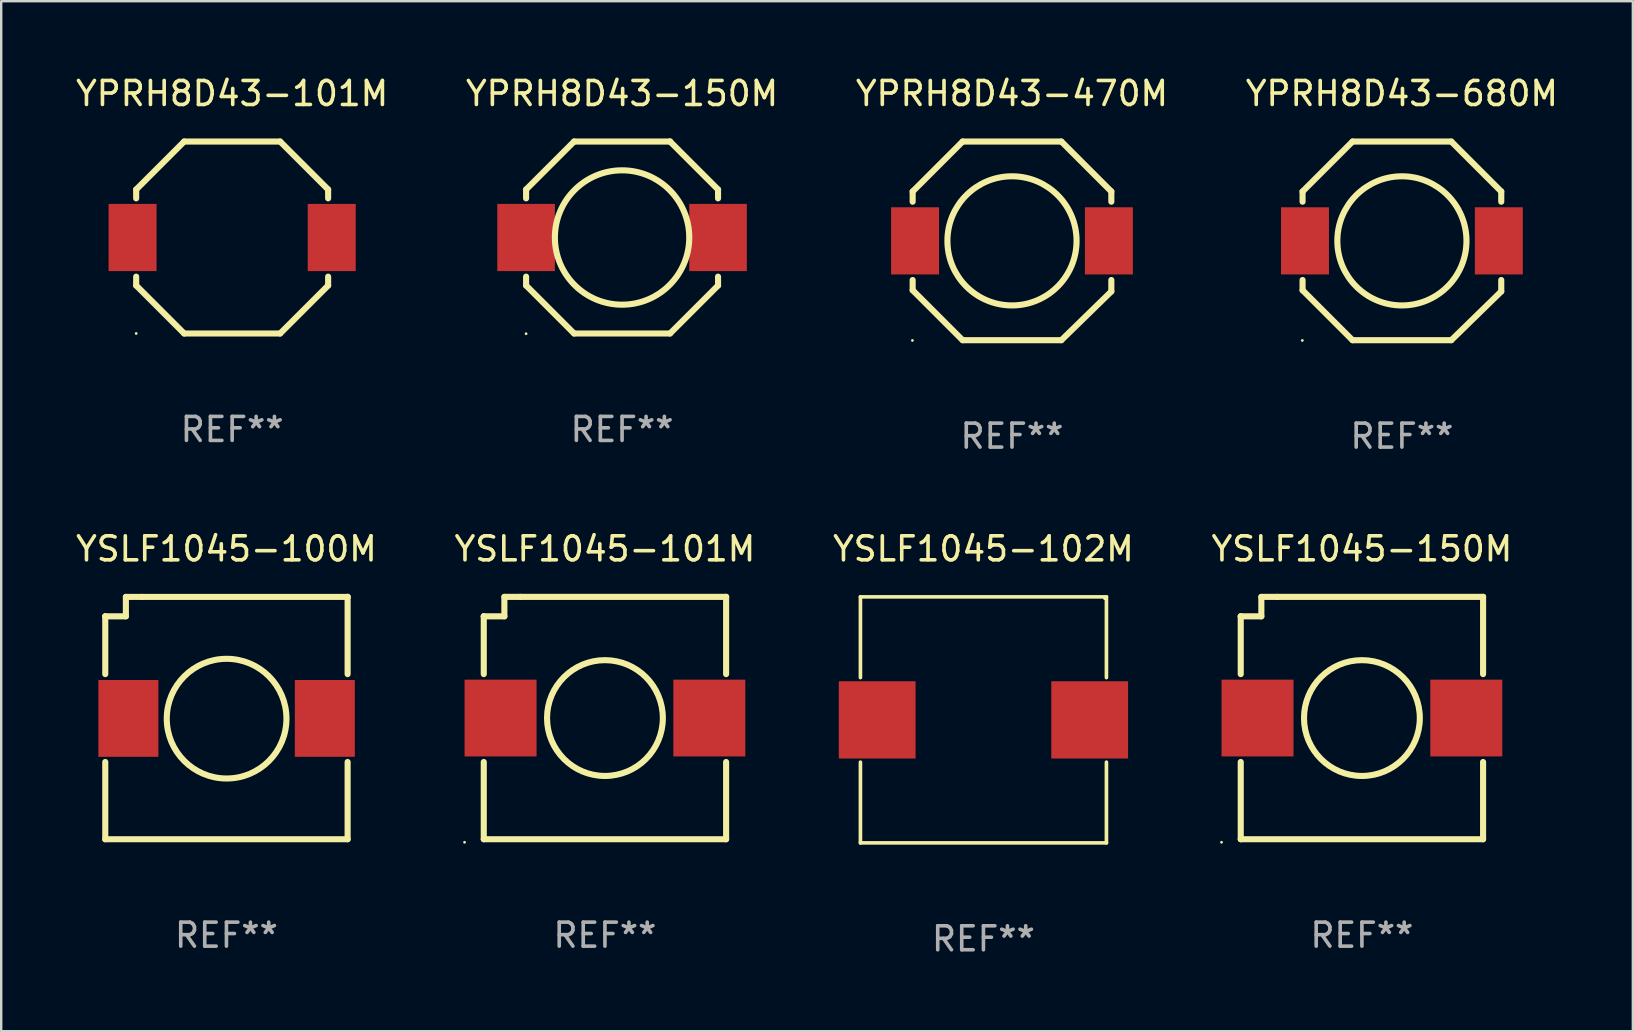
<source format=kicad_pcb>
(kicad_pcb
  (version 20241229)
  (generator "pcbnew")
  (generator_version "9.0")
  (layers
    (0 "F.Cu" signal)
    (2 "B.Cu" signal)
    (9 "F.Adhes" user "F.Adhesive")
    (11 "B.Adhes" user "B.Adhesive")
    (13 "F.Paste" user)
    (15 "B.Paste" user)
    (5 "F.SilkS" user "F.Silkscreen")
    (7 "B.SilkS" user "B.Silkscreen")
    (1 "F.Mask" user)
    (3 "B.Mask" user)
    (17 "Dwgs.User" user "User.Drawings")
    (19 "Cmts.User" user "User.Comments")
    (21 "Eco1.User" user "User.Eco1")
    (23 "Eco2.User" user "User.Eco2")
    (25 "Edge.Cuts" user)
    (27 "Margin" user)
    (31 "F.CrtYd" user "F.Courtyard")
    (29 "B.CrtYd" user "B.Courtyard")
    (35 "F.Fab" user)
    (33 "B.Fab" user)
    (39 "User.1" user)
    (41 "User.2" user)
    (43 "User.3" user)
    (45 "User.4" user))
  (footprint "YPRH8D43-470M"
    (layer "F.Cu")
    (at 39.125 6.988)
    (property "Reference" "YPRH8D43-470M" (at 0 -6.14 0) (layer "F.SilkS") (effects (font (size 1 1) (thickness 0.15))))
    (attr through_hole)
    (fp_line (start -4.14 -2.057) (end -2.057 -4.14) (stroke (width 0.254) (type solid)) (layer "F.SilkS"))
    (fp_line (start -4.14 -1.631) (end -4.14 -2.057) (stroke (width 0.254) (type solid)) (layer "F.SilkS"))
    (fp_line (start -4.14 2.057) (end -4.14 1.631) (stroke (width 0.254) (type solid)) (layer "F.SilkS"))
    (fp_line (start -2.057 -4.14) (end 2.057 -4.14) (stroke (width 0.254) (type solid)) (layer "F.SilkS"))
    (fp_line (start -2.057 4.14) (end -4.14 2.057) (stroke (width 0.254) (type solid)) (layer "F.SilkS"))
    (fp_line (start 2.057 -4.14) (end 4.14 -2.057) (stroke (width 0.254) (type solid)) (layer "F.SilkS"))
    (fp_line (start 2.057 4.14) (end -2.057 4.14) (stroke (width 0.254) (type solid)) (layer "F.SilkS"))
    (fp_line (start 4.14 -2.057) (end 4.14 -1.631) (stroke (width 0.254) (type solid)) (layer "F.SilkS"))
    (fp_line (start 4.14 1.631) (end 4.14 2.108) (stroke (width 0.254) (type solid)) (layer "F.SilkS"))
    (fp_line (start 4.14 2.108) (end 2.057 4.14) (stroke (width 0.254) (type solid)) (layer "F.SilkS"))
    (fp_circle (center -4.15 4.15) (end -4.12 4.15) (stroke (width 0.06) (type solid)) (fill no) (layer "F.SilkS"))
    (fp_circle (center 0 0) (end 2.691 0) (stroke (width 0.254) (type solid)) (fill no) (layer "F.SilkS"))
    (fp_text user "REF**" (at 0 8.14 0) (layer "F.Fab") (effects (font (size 1 1) (thickness 0.15))))
    (pad "1" smd rect (at -4.039 0) (size 1.999 2.799) (layers "F.Cu" "F.Mask" "F.Paste"))
    (pad "2" smd rect (at 4.039 0) (size 1.999 2.799) (layers "F.Cu" "F.Mask" "F.Paste")))
  (footprint "YPRH8D43-101M"
    (layer "F.Cu")
    (at 6.625 6.848)
    (property "Reference" "YPRH8D43-101M" (at 0 -6 0) (layer "F.SilkS") (effects (font (size 1 1) (thickness 0.15))))
    (attr through_hole)
    (fp_line (start -4 -2) (end -4 -1.631) (stroke (width 0.254) (type solid)) (layer "F.SilkS"))
    (fp_line (start -4 1.631) (end -4 2) (stroke (width 0.254) (type solid)) (layer "F.SilkS"))
    (fp_line (start -4 2) (end -2 4) (stroke (width 0.254) (type solid)) (layer "F.SilkS"))
    (fp_line (start -2 -4) (end -4 -2) (stroke (width 0.254) (type solid)) (layer "F.SilkS"))
    (fp_line (start -2 4) (end 2 4) (stroke (width 0.254) (type solid)) (layer "F.SilkS"))
    (fp_line (start 2 -4) (end -2 -4) (stroke (width 0.254) (type solid)) (layer "F.SilkS"))
    (fp_line (start 2 4) (end 4 2) (stroke (width 0.254) (type solid)) (layer "F.SilkS"))
    (fp_line (start 4 -2) (end 2 -4) (stroke (width 0.254) (type solid)) (layer "F.SilkS"))
    (fp_line (start 4 -1.631) (end 4 -2) (stroke (width 0.254) (type solid)) (layer "F.SilkS"))
    (fp_line (start 4 2) (end 4 1.631) (stroke (width 0.254) (type solid)) (layer "F.SilkS"))
    (fp_circle (center -4 4) (end -3.97 4) (stroke (width 0.06) (type solid)) (fill no) (layer "F.SilkS"))
    (fp_text user "REF**" (at 0 8 0) (layer "F.Fab") (effects (font (size 1 1) (thickness 0.15))))
    (pad "1" smd rect (at -4.15 0) (size 2 2.8) (layers "F.Cu" "F.Mask" "F.Paste"))
    (pad "2" smd rect (at 4.15 0) (size 2 2.8) (layers "F.Cu" "F.Mask" "F.Paste")))
  (footprint "YSLF1045-101M"
    (layer "F.Cu")
    (at 22.161 26.875)
    (property "Reference" "YSLF1045-101M" (at 0 -7.05 0) (layer "F.SilkS") (effects (font (size 1 1) (thickness 0.15))))
    (attr through_hole)
    (fp_line (start -5.05 -4.239) (end -5.05 -1.831) (stroke (width 0.254) (type solid)) (layer "F.SilkS"))
    (fp_line (start -5.05 5.05) (end -5.05 1.831) (stroke (width 0.254) (type solid)) (layer "F.SilkS"))
    (fp_line (start -5.05 -4.239) (end -5.05 -4.239) (stroke (width 0.254) (type solid)) (layer "F.SilkS"))
    (fp_line (start -5.05 -4.239) (end -4.191 -4.239) (stroke (width 0.254) (type solid)) (layer "F.SilkS"))
    (fp_line (start -4.191 -5.05) (end -3.526 -5.05) (stroke (width 0.254) (type solid)) (layer "F.SilkS"))
    (fp_line (start -4.191 -4.239) (end -4.191 -5.05) (stroke (width 0.254) (type solid)) (layer "F.SilkS"))
    (fp_line (start -3.526 -5.05) (end 5.05 -5.05) (stroke (width 0.254) (type solid)) (layer "F.SilkS"))
    (fp_line (start 5.05 -5.05) (end 5.05 -1.831) (stroke (width 0.254) (type solid)) (layer "F.SilkS"))
    (fp_line (start 5.05 -5.05) (end 5.05 -5.05) (stroke (width 0.254) (type solid)) (layer "F.SilkS"))
    (fp_line (start 5.05 1.831) (end 5.05 5.05) (stroke (width 0.254) (type solid)) (layer "F.SilkS"))
    (fp_line (start 5.05 5.05) (end -5.05 5.05) (stroke (width 0.254) (type solid)) (layer "F.SilkS"))
    (fp_circle (center -5.85 5.177) (end -5.82 5.177) (stroke (width 0.06) (type solid)) (fill no) (layer "F.SilkS"))
    (fp_circle (center 0 0) (end 2.413 0) (stroke (width 0.254) (type solid)) (fill no) (layer "F.SilkS"))
    (fp_text user "REF**" (at 0 9.05 0) (layer "F.Fab") (effects (font (size 1 1) (thickness 0.15))))
    (pad "1" smd rect (at -4.35 0 90) (size 3.2 3) (layers "F.Cu" "F.Mask" "F.Paste"))
    (pad "2" smd rect (at 4.35 0 90) (size 3.2 3) (layers "F.Cu" "F.Mask" "F.Paste")))
  (footprint "YSLF1045-150M"
    (layer "F.Cu")
    (at 53.708 26.875)
    (property "Reference" "YSLF1045-150M" (at 0 -7.05 0) (layer "F.SilkS") (effects (font (size 1 1) (thickness 0.15))))
    (attr through_hole)
    (fp_line (start -5.05 -4.239) (end -5.05 -1.831) (stroke (width 0.254) (type solid)) (layer "F.SilkS"))
    (fp_line (start -5.05 5.05) (end -5.05 1.831) (stroke (width 0.254) (type solid)) (layer "F.SilkS"))
    (fp_line (start -5.05 -4.239) (end -5.05 -4.239) (stroke (width 0.254) (type solid)) (layer "F.SilkS"))
    (fp_line (start -5.05 -4.239) (end -4.191 -4.239) (stroke (width 0.254) (type solid)) (layer "F.SilkS"))
    (fp_line (start -4.191 -5.05) (end -3.526 -5.05) (stroke (width 0.254) (type solid)) (layer "F.SilkS"))
    (fp_line (start -4.191 -4.239) (end -4.191 -5.05) (stroke (width 0.254) (type solid)) (layer "F.SilkS"))
    (fp_line (start -3.526 -5.05) (end 5.05 -5.05) (stroke (width 0.254) (type solid)) (layer "F.SilkS"))
    (fp_line (start 5.05 -5.05) (end 5.05 -1.831) (stroke (width 0.254) (type solid)) (layer "F.SilkS"))
    (fp_line (start 5.05 -5.05) (end 5.05 -5.05) (stroke (width 0.254) (type solid)) (layer "F.SilkS"))
    (fp_line (start 5.05 1.831) (end 5.05 5.05) (stroke (width 0.254) (type solid)) (layer "F.SilkS"))
    (fp_line (start 5.05 5.05) (end -5.05 5.05) (stroke (width 0.254) (type solid)) (layer "F.SilkS"))
    (fp_circle (center -5.85 5.177) (end -5.82 5.177) (stroke (width 0.06) (type solid)) (fill no) (layer "F.SilkS"))
    (fp_circle (center 0 0) (end 2.413 0) (stroke (width 0.254) (type solid)) (fill no) (layer "F.SilkS"))
    (fp_text user "REF**" (at 0 9.05 0) (layer "F.Fab") (effects (font (size 1 1) (thickness 0.15))))
    (pad "1" smd rect (at -4.35 0 90) (size 3.2 3) (layers "F.Cu" "F.Mask" "F.Paste"))
    (pad "2" smd rect (at 4.35 0 90) (size 3.2 3) (layers "F.Cu" "F.Mask" "F.Paste")))
  (footprint "YSLF1045-100M"
    (layer "F.Cu")
    (at 6.387 26.875)
    (property "Reference" "YSLF1045-100M" (at 0 -7.05 0) (layer "F.SilkS") (effects (font (size 1 1) (thickness 0.15))))
    (attr through_hole)
    (fp_line (start -5.05 -4.239) (end -5.05 -1.831) (stroke (width 0.254) (type solid)) (layer "F.SilkS"))
    (fp_line (start -5.05 5.05) (end -5.05 1.831) (stroke (width 0.254) (type solid)) (layer "F.SilkS"))
    (fp_line (start -5.05 -4.239) (end -5.05 -4.239) (stroke (width 0.254) (type solid)) (layer "F.SilkS"))
    (fp_line (start -5.05 -4.239) (end -4.191 -4.239) (stroke (width 0.254) (type solid)) (layer "F.SilkS"))
    (fp_line (start -4.191 -5.049) (end -3.526 -5.049) (stroke (width 0.254) (type solid)) (layer "F.SilkS"))
    (fp_line (start -4.191 -4.239) (end -4.191 -5.049) (stroke (width 0.254) (type solid)) (layer "F.SilkS"))
    (fp_line (start -3.526 -5.049) (end 5.05 -5.049) (stroke (width 0.254) (type solid)) (layer "F.SilkS"))
    (fp_line (start 5.05 -5.05) (end 5.05 -1.831) (stroke (width 0.254) (type solid)) (layer "F.SilkS"))
    (fp_line (start 5.05 -5.049) (end 5.05 -5.05) (stroke (width 0.254) (type solid)) (layer "F.SilkS"))
    (fp_line (start 5.05 1.831) (end 5.05 5.05) (stroke (width 0.254) (type solid)) (layer "F.SilkS"))
    (fp_line (start 5.05 5.05) (end -5.05 5.05) (stroke (width 0.254) (type solid)) (layer "F.SilkS"))
    (fp_circle (center -5.044 5.065) (end -5.014 5.065) (stroke (width 0.06) (type solid)) (fill no) (layer "F.SilkS"))
    (fp_circle (center 0.007 0.025) (end 2.501 0.025) (stroke (width 0.254) (type solid)) (fill no) (layer "F.SilkS"))
    (fp_text user "REF**" (at 0 9.05 0) (layer "F.Fab") (effects (font (size 1 1) (thickness 0.15))))
    (pad "1" smd rect (at -4.087 0.015 90) (size 3.2 2.5) (layers "F.Cu" "F.Mask" "F.Paste"))
    (pad "2" smd rect (at 4.1 0.015 90) (size 3.2 2.5) (layers "F.Cu" "F.Mask" "F.Paste")))
  (footprint "YSLF1045-102M"
    (layer "F.Cu")
    (at 37.935 26.951)
    (property "Reference" "YSLF1045-102M" (at 0 -7.126 0) (layer "F.SilkS") (effects (font (size 1 1) (thickness 0.15))))
    (attr through_hole)
    (fp_line (start -5.126 -5.126) (end 5.126 -5.126) (stroke (width 0.152) (type solid)) (layer "F.SilkS"))
    (fp_line (start -5.126 -1.762) (end -5.126 -5.126) (stroke (width 0.152) (type solid)) (layer "F.SilkS"))
    (fp_line (start -5.126 1.762) (end -5.126 5.126) (stroke (width 0.152) (type solid)) (layer "F.SilkS"))
    (fp_line (start -5.126 5.126) (end 5.126 5.126) (stroke (width 0.152) (type solid)) (layer "F.SilkS"))
    (fp_line (start 5.126 -5.126) (end 5.126 -1.762) (stroke (width 0.152) (type solid)) (layer "F.SilkS"))
    (fp_line (start 5.126 5.126) (end 5.126 1.762) (stroke (width 0.152) (type solid)) (layer "F.SilkS"))
    (fp_circle (center 5.05 -5.05) (end 5.08 -5.05) (stroke (width 0.06) (type solid)) (fill no) (layer "F.SilkS"))
    (fp_text user "REF**" (at 0 9.126 0) (layer "F.Fab") (effects (font (size 1 1) (thickness 0.15))))
    (pad "1" smd rect (at 4.428 0) (size 3.2 3.22) (layers "F.Cu" "F.Mask" "F.Paste"))
    (pad "2" smd rect (at -4.428 0) (size 3.2 3.22) (layers "F.Cu" "F.Mask" "F.Paste")))
  (footprint "YPRH8D43-680M"
    (layer "F.Cu")
    (at 55.375 6.988)
    (property "Reference" "YPRH8D43-680M" (at 0 -6.14 0) (layer "F.SilkS") (effects (font (size 1 1) (thickness 0.15))))
    (attr through_hole)
    (fp_line (start -4.14 -2.057) (end -2.057 -4.14) (stroke (width 0.254) (type solid)) (layer "F.SilkS"))
    (fp_line (start -4.14 -1.631) (end -4.14 -2.057) (stroke (width 0.254) (type solid)) (layer "F.SilkS"))
    (fp_line (start -4.14 2.057) (end -4.14 1.631) (stroke (width 0.254) (type solid)) (layer "F.SilkS"))
    (fp_line (start -2.057 -4.14) (end 2.057 -4.14) (stroke (width 0.254) (type solid)) (layer "F.SilkS"))
    (fp_line (start -2.057 4.14) (end -4.14 2.057) (stroke (width 0.254) (type solid)) (layer "F.SilkS"))
    (fp_line (start 2.057 -4.14) (end 4.14 -2.057) (stroke (width 0.254) (type solid)) (layer "F.SilkS"))
    (fp_line (start 2.057 4.14) (end -2.057 4.14) (stroke (width 0.254) (type solid)) (layer "F.SilkS"))
    (fp_line (start 4.14 -2.057) (end 4.14 -1.631) (stroke (width 0.254) (type solid)) (layer "F.SilkS"))
    (fp_line (start 4.14 1.631) (end 4.14 2.108) (stroke (width 0.254) (type solid)) (layer "F.SilkS"))
    (fp_line (start 4.14 2.108) (end 2.057 4.14) (stroke (width 0.254) (type solid)) (layer "F.SilkS"))
    (fp_circle (center -4.15 4.15) (end -4.12 4.15) (stroke (width 0.06) (type solid)) (fill no) (layer "F.SilkS"))
    (fp_circle (center 0 0) (end 2.691 0) (stroke (width 0.254) (type solid)) (fill no) (layer "F.SilkS"))
    (fp_text user "REF**" (at 0 8.14 0) (layer "F.Fab") (effects (font (size 1 1) (thickness 0.15))))
    (pad "1" smd rect (at -4.039 0) (size 1.999 2.799) (layers "F.Cu" "F.Mask" "F.Paste"))
    (pad "2" smd rect (at 4.039 0) (size 1.999 2.799) (layers "F.Cu" "F.Mask" "F.Paste")))
  (footprint "YPRH8D43-150M"
    (layer "F.Cu")
    (at 22.875 6.848)
    (property "Reference" "YPRH8D43-150M" (at 0 -6 0) (layer "F.SilkS") (effects (font (size 1 1) (thickness 0.15))))
    (attr through_hole)
    (fp_line (start -4 -2) (end -2 -4) (stroke (width 0.254) (type solid)) (layer "F.SilkS"))
    (fp_line (start -4 -1.631) (end -4 -2) (stroke (width 0.254) (type solid)) (layer "F.SilkS"))
    (fp_line (start -4 2) (end -4 1.631) (stroke (width 0.254) (type solid)) (layer "F.SilkS"))
    (fp_line (start -2 -4) (end 2 -4) (stroke (width 0.254) (type solid)) (layer "F.SilkS"))
    (fp_line (start -2 4) (end -4 2) (stroke (width 0.254) (type solid)) (layer "F.SilkS"))
    (fp_line (start 2 -4) (end 2 -4) (stroke (width 0.254) (type solid)) (layer "F.SilkS"))
    (fp_line (start 2 -4) (end 4 -2) (stroke (width 0.254) (type solid)) (layer "F.SilkS"))
    (fp_line (start 2 4) (end -2 4) (stroke (width 0.254) (type solid)) (layer "F.SilkS"))
    (fp_line (start 4 -2) (end 4 -1.631) (stroke (width 0.254) (type solid)) (layer "F.SilkS"))
    (fp_line (start 4 1.631) (end 4 2) (stroke (width 0.254) (type solid)) (layer "F.SilkS"))
    (fp_line (start 4 2) (end 2 4) (stroke (width 0.254) (type solid)) (layer "F.SilkS"))
    (fp_circle (center -4 4.01) (end -3.97 4.01) (stroke (width 0.06) (type solid)) (fill no) (layer "F.SilkS"))
    (fp_circle (center 0.000064 0) (end 2.8 0) (stroke (width 0.254) (type solid)) (fill no) (layer "F.SilkS"))
    (fp_text user "REF**" (at 0 8 0) (layer "F.Fab") (effects (font (size 1 1) (thickness 0.15))))
    (pad "1" smd rect (at -4 0) (size 2.4 2.8) (layers "F.Cu" "F.Mask" "F.Paste"))
    (pad "2" smd rect (at 4 0) (size 2.4 2.8) (layers "F.Cu" "F.Mask" "F.Paste")))
  (gr_rect
    (start -3 -3)
    (end 65 39.926)
    (stroke (width 0.1) (type default))
    (fill no)
    (layer "Edge.Cuts")))
</source>
